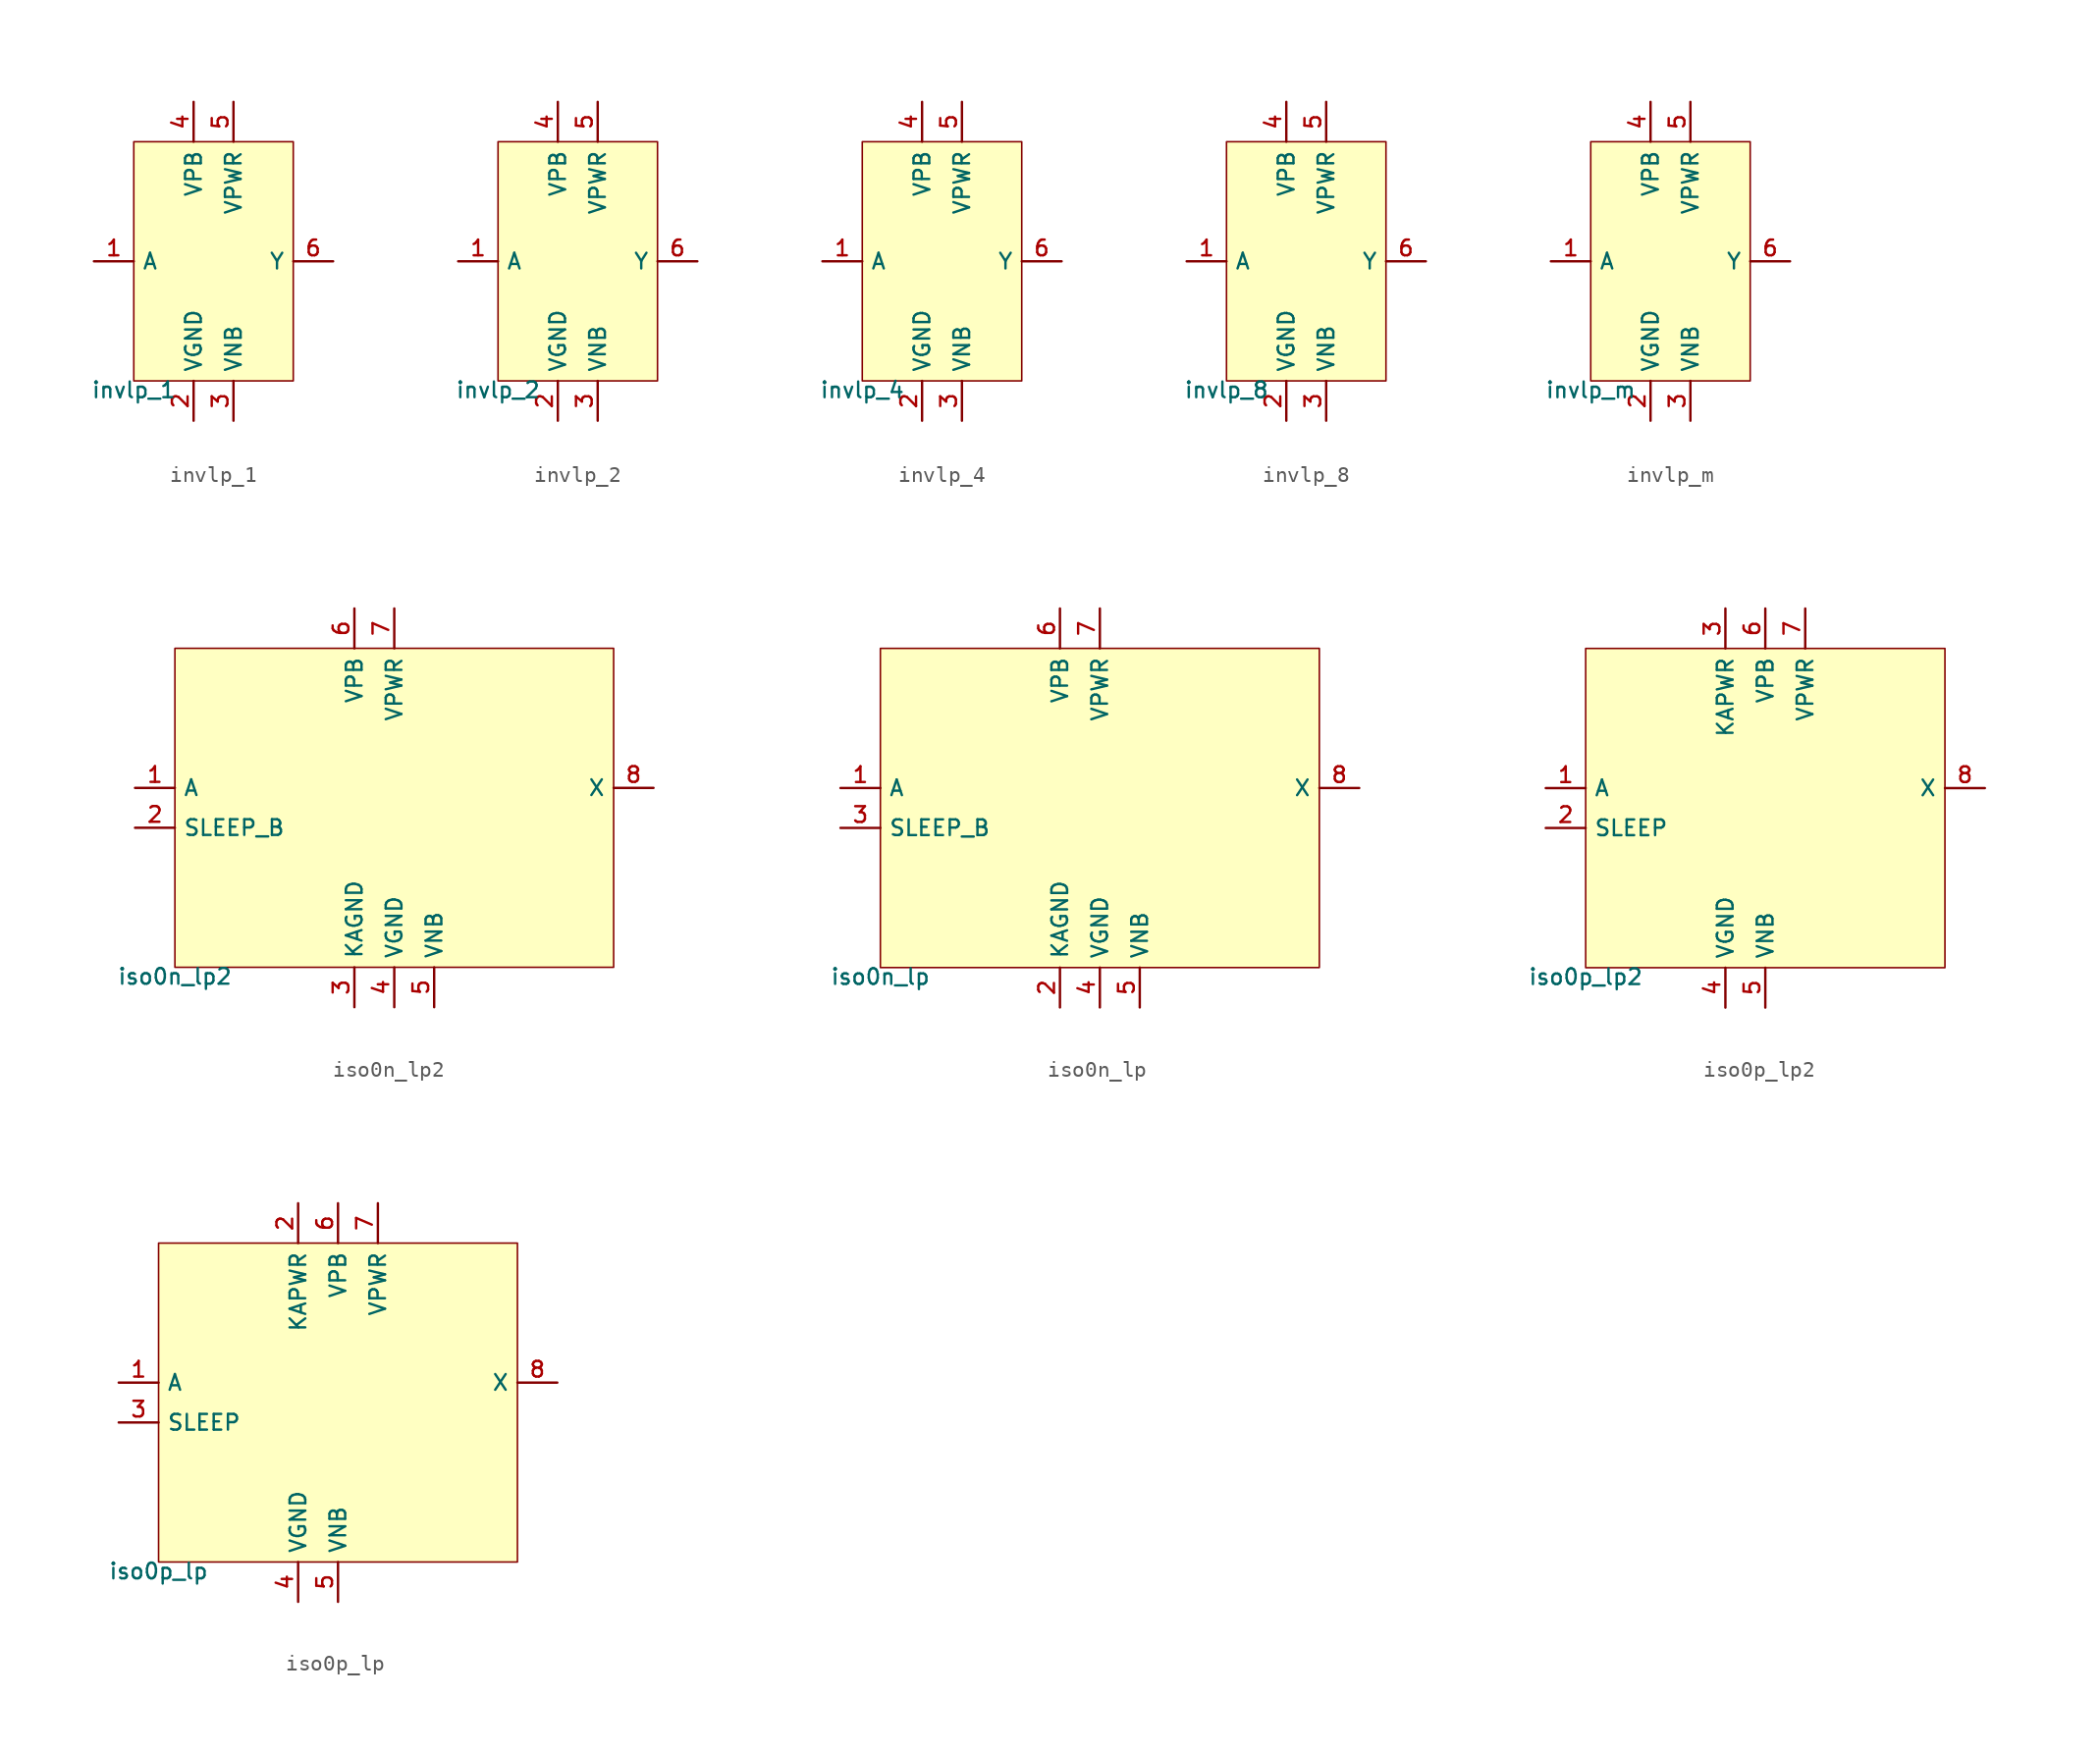
<source format=kicad_sym>
(kicad_symbol_lib
  (version 20211014)
  (generator pdk2kicad)
  (symbol "invlp_1"
    (property "Reference" "X"
      (at 0 0 0)
      (effects (font (size 1 1)) hide))
    (property "Value" "invlp_1"
      (at -5.08 -7.62 0)
      (effects (font (size 1 1)) (justify top)))
    (rectangle
      (start -5.08 -7.62)
      (end 5.08 7.62)
      (stroke (width 0.1) (type solid) (color 0 0 0 0))
      (fill (type background)))
    (pin input line
      (at -7.62 0.0 0)
      (length 2.54)
      (name "A" (effects (font (size 1 1)) hide))
      (number "1" (effects (font (size 1 1)) hide)))
    (pin power_in line
      (at -1.27 -10.16 90)
      (length 2.54)
      (name "VGND" (effects (font (size 1 1)) hide))
      (number "2" (effects (font (size 1 1)) hide)))
    (pin power_in line
      (at 1.27 -10.16 90)
      (length 2.54)
      (name "VNB" (effects (font (size 1 1)) hide))
      (number "3" (effects (font (size 1 1)) hide)))
    (pin power_in line
      (at -1.27 10.16 270)
      (length 2.54)
      (name "VPB" (effects (font (size 1 1)) hide))
      (number "4" (effects (font (size 1 1)) hide)))
    (pin power_in line
      (at 1.27 10.16 270)
      (length 2.54)
      (name "VPWR" (effects (font (size 1 1)) hide))
      (number "5" (effects (font (size 1 1)) hide)))
    (pin output line
      (at 7.62 0.0 180)
      (length 2.54)
      (name "Y" (effects (font (size 1 1)) hide))
      (number "6" (effects (font (size 1 1)) hide))))
  (symbol "invlp_2"
    (property "Reference" "X"
      (at 0 0 0)
      (effects (font (size 1 1)) hide))
    (property "Value" "invlp_2"
      (at -5.08 -7.62 0)
      (effects (font (size 1 1)) (justify top)))
    (rectangle
      (start -5.08 -7.62)
      (end 5.08 7.62)
      (stroke (width 0.1) (type solid) (color 0 0 0 0))
      (fill (type background)))
    (pin input line
      (at -7.62 0.0 0)
      (length 2.54)
      (name "A" (effects (font (size 1 1)) hide))
      (number "1" (effects (font (size 1 1)) hide)))
    (pin power_in line
      (at -1.27 -10.16 90)
      (length 2.54)
      (name "VGND" (effects (font (size 1 1)) hide))
      (number "2" (effects (font (size 1 1)) hide)))
    (pin power_in line
      (at 1.27 -10.16 90)
      (length 2.54)
      (name "VNB" (effects (font (size 1 1)) hide))
      (number "3" (effects (font (size 1 1)) hide)))
    (pin power_in line
      (at -1.27 10.16 270)
      (length 2.54)
      (name "VPB" (effects (font (size 1 1)) hide))
      (number "4" (effects (font (size 1 1)) hide)))
    (pin power_in line
      (at 1.27 10.16 270)
      (length 2.54)
      (name "VPWR" (effects (font (size 1 1)) hide))
      (number "5" (effects (font (size 1 1)) hide)))
    (pin output line
      (at 7.62 0.0 180)
      (length 2.54)
      (name "Y" (effects (font (size 1 1)) hide))
      (number "6" (effects (font (size 1 1)) hide))))
  (symbol "invlp_4"
    (property "Reference" "X"
      (at 0 0 0)
      (effects (font (size 1 1)) hide))
    (property "Value" "invlp_4"
      (at -5.08 -7.62 0)
      (effects (font (size 1 1)) (justify top)))
    (rectangle
      (start -5.08 -7.62)
      (end 5.08 7.62)
      (stroke (width 0.1) (type solid) (color 0 0 0 0))
      (fill (type background)))
    (pin input line
      (at -7.62 0.0 0)
      (length 2.54)
      (name "A" (effects (font (size 1 1)) hide))
      (number "1" (effects (font (size 1 1)) hide)))
    (pin power_in line
      (at -1.27 -10.16 90)
      (length 2.54)
      (name "VGND" (effects (font (size 1 1)) hide))
      (number "2" (effects (font (size 1 1)) hide)))
    (pin power_in line
      (at 1.27 -10.16 90)
      (length 2.54)
      (name "VNB" (effects (font (size 1 1)) hide))
      (number "3" (effects (font (size 1 1)) hide)))
    (pin power_in line
      (at -1.27 10.16 270)
      (length 2.54)
      (name "VPB" (effects (font (size 1 1)) hide))
      (number "4" (effects (font (size 1 1)) hide)))
    (pin power_in line
      (at 1.27 10.16 270)
      (length 2.54)
      (name "VPWR" (effects (font (size 1 1)) hide))
      (number "5" (effects (font (size 1 1)) hide)))
    (pin output line
      (at 7.62 0.0 180)
      (length 2.54)
      (name "Y" (effects (font (size 1 1)) hide))
      (number "6" (effects (font (size 1 1)) hide))))
  (symbol "invlp_8"
    (property "Reference" "X"
      (at 0 0 0)
      (effects (font (size 1 1)) hide))
    (property "Value" "invlp_8"
      (at -5.08 -7.62 0)
      (effects (font (size 1 1)) (justify top)))
    (rectangle
      (start -5.08 -7.62)
      (end 5.08 7.62)
      (stroke (width 0.1) (type solid) (color 0 0 0 0))
      (fill (type background)))
    (pin input line
      (at -7.62 0.0 0)
      (length 2.54)
      (name "A" (effects (font (size 1 1)) hide))
      (number "1" (effects (font (size 1 1)) hide)))
    (pin power_in line
      (at -1.27 -10.16 90)
      (length 2.54)
      (name "VGND" (effects (font (size 1 1)) hide))
      (number "2" (effects (font (size 1 1)) hide)))
    (pin power_in line
      (at 1.27 -10.16 90)
      (length 2.54)
      (name "VNB" (effects (font (size 1 1)) hide))
      (number "3" (effects (font (size 1 1)) hide)))
    (pin power_in line
      (at -1.27 10.16 270)
      (length 2.54)
      (name "VPB" (effects (font (size 1 1)) hide))
      (number "4" (effects (font (size 1 1)) hide)))
    (pin power_in line
      (at 1.27 10.16 270)
      (length 2.54)
      (name "VPWR" (effects (font (size 1 1)) hide))
      (number "5" (effects (font (size 1 1)) hide)))
    (pin output line
      (at 7.62 0.0 180)
      (length 2.54)
      (name "Y" (effects (font (size 1 1)) hide))
      (number "6" (effects (font (size 1 1)) hide))))
  (symbol "invlp_m"
    (property "Reference" "X"
      (at 0 0 0)
      (effects (font (size 1 1)) hide))
    (property "Value" "invlp_m"
      (at -5.08 -7.62 0)
      (effects (font (size 1 1)) (justify top)))
    (rectangle
      (start -5.08 -7.62)
      (end 5.08 7.62)
      (stroke (width 0.1) (type solid) (color 0 0 0 0))
      (fill (type background)))
    (pin input line
      (at -7.62 0.0 0)
      (length 2.54)
      (name "A" (effects (font (size 1 1)) hide))
      (number "1" (effects (font (size 1 1)) hide)))
    (pin power_in line
      (at -1.27 -10.16 90)
      (length 2.54)
      (name "VGND" (effects (font (size 1 1)) hide))
      (number "2" (effects (font (size 1 1)) hide)))
    (pin power_in line
      (at 1.27 -10.16 90)
      (length 2.54)
      (name "VNB" (effects (font (size 1 1)) hide))
      (number "3" (effects (font (size 1 1)) hide)))
    (pin power_in line
      (at -1.27 10.16 270)
      (length 2.54)
      (name "VPB" (effects (font (size 1 1)) hide))
      (number "4" (effects (font (size 1 1)) hide)))
    (pin power_in line
      (at 1.27 10.16 270)
      (length 2.54)
      (name "VPWR" (effects (font (size 1 1)) hide))
      (number "5" (effects (font (size 1 1)) hide)))
    (pin output line
      (at 7.62 0.0 180)
      (length 2.54)
      (name "Y" (effects (font (size 1 1)) hide))
      (number "6" (effects (font (size 1 1)) hide))))
  (symbol "iso0n_lp2"
    (property "Reference" "X"
      (at 0 0 0)
      (effects (font (size 1 1)) hide))
    (property "Value" "iso0n_lp2"
      (at -13.97 -10.16 0)
      (effects (font (size 1 1)) (justify top)))
    (rectangle
      (start -13.97 -10.16)
      (end 13.97 10.16)
      (stroke (width 0.1) (type solid) (color 0 0 0 0))
      (fill (type background)))
    (pin input line
      (at -16.51 1.27 0)
      (length 2.54)
      (name "A" (effects (font (size 1 1)) hide))
      (number "1" (effects (font (size 1 1)) hide)))
    (pin input line
      (at -16.51 -1.27 0)
      (length 2.54)
      (name "SLEEP_B" (effects (font (size 1 1)) hide))
      (number "2" (effects (font (size 1 1)) hide)))
    (pin power_in line
      (at -2.54 -12.7 90)
      (length 2.54)
      (name "KAGND" (effects (font (size 1 1)) hide))
      (number "3" (effects (font (size 1 1)) hide)))
    (pin power_in line
      (at 0.0 -12.7 90)
      (length 2.54)
      (name "VGND" (effects (font (size 1 1)) hide))
      (number "4" (effects (font (size 1 1)) hide)))
    (pin power_in line
      (at 2.54 -12.7 90)
      (length 2.54)
      (name "VNB" (effects (font (size 1 1)) hide))
      (number "5" (effects (font (size 1 1)) hide)))
    (pin power_in line
      (at -2.54 12.7 270)
      (length 2.54)
      (name "VPB" (effects (font (size 1 1)) hide))
      (number "6" (effects (font (size 1 1)) hide)))
    (pin power_in line
      (at 0.0 12.7 270)
      (length 2.54)
      (name "VPWR" (effects (font (size 1 1)) hide))
      (number "7" (effects (font (size 1 1)) hide)))
    (pin output line
      (at 16.51 1.27 180)
      (length 2.54)
      (name "X" (effects (font (size 1 1)) hide))
      (number "8" (effects (font (size 1 1)) hide))))
  (symbol "iso0n_lp"
    (property "Reference" "X"
      (at 0 0 0)
      (effects (font (size 1 1)) hide))
    (property "Value" "iso0n_lp"
      (at -13.97 -10.16 0)
      (effects (font (size 1 1)) (justify top)))
    (rectangle
      (start -13.97 -10.16)
      (end 13.97 10.16)
      (stroke (width 0.1) (type solid) (color 0 0 0 0))
      (fill (type background)))
    (pin input line
      (at -16.51 1.27 0)
      (length 2.54)
      (name "A" (effects (font (size 1 1)) hide))
      (number "1" (effects (font (size 1 1)) hide)))
    (pin power_in line
      (at -2.54 -12.7 90)
      (length 2.54)
      (name "KAGND" (effects (font (size 1 1)) hide))
      (number "2" (effects (font (size 1 1)) hide)))
    (pin input line
      (at -16.51 -1.27 0)
      (length 2.54)
      (name "SLEEP_B" (effects (font (size 1 1)) hide))
      (number "3" (effects (font (size 1 1)) hide)))
    (pin power_in line
      (at 0.0 -12.7 90)
      (length 2.54)
      (name "VGND" (effects (font (size 1 1)) hide))
      (number "4" (effects (font (size 1 1)) hide)))
    (pin power_in line
      (at 2.54 -12.7 90)
      (length 2.54)
      (name "VNB" (effects (font (size 1 1)) hide))
      (number "5" (effects (font (size 1 1)) hide)))
    (pin power_in line
      (at -2.54 12.7 270)
      (length 2.54)
      (name "VPB" (effects (font (size 1 1)) hide))
      (number "6" (effects (font (size 1 1)) hide)))
    (pin power_in line
      (at 0.0 12.7 270)
      (length 2.54)
      (name "VPWR" (effects (font (size 1 1)) hide))
      (number "7" (effects (font (size 1 1)) hide)))
    (pin output line
      (at 16.51 1.27 180)
      (length 2.54)
      (name "X" (effects (font (size 1 1)) hide))
      (number "8" (effects (font (size 1 1)) hide))))
  (symbol "iso0p_lp2"
    (property "Reference" "X"
      (at 0 0 0)
      (effects (font (size 1 1)) hide))
    (property "Value" "iso0p_lp2"
      (at -11.43 -10.16 0)
      (effects (font (size 1 1)) (justify top)))
    (rectangle
      (start -11.43 -10.16)
      (end 11.43 10.16)
      (stroke (width 0.1) (type solid) (color 0 0 0 0))
      (fill (type background)))
    (pin input line
      (at -13.97 1.27 0)
      (length 2.54)
      (name "A" (effects (font (size 1 1)) hide))
      (number "1" (effects (font (size 1 1)) hide)))
    (pin input line
      (at -13.97 -1.27 0)
      (length 2.54)
      (name "SLEEP" (effects (font (size 1 1)) hide))
      (number "2" (effects (font (size 1 1)) hide)))
    (pin power_in line
      (at -2.54 12.7 270)
      (length 2.54)
      (name "KAPWR" (effects (font (size 1 1)) hide))
      (number "3" (effects (font (size 1 1)) hide)))
    (pin power_in line
      (at -2.54 -12.7 90)
      (length 2.54)
      (name "VGND" (effects (font (size 1 1)) hide))
      (number "4" (effects (font (size 1 1)) hide)))
    (pin power_in line
      (at 0.0 -12.7 90)
      (length 2.54)
      (name "VNB" (effects (font (size 1 1)) hide))
      (number "5" (effects (font (size 1 1)) hide)))
    (pin power_in line
      (at 0.0 12.7 270)
      (length 2.54)
      (name "VPB" (effects (font (size 1 1)) hide))
      (number "6" (effects (font (size 1 1)) hide)))
    (pin power_in line
      (at 2.54 12.7 270)
      (length 2.54)
      (name "VPWR" (effects (font (size 1 1)) hide))
      (number "7" (effects (font (size 1 1)) hide)))
    (pin output line
      (at 13.97 1.27 180)
      (length 2.54)
      (name "X" (effects (font (size 1 1)) hide))
      (number "8" (effects (font (size 1 1)) hide))))
  (symbol "iso0p_lp"
    (property "Reference" "X"
      (at 0 0 0)
      (effects (font (size 1 1)) hide))
    (property "Value" "iso0p_lp"
      (at -11.43 -10.16 0)
      (effects (font (size 1 1)) (justify top)))
    (rectangle
      (start -11.43 -10.16)
      (end 11.43 10.16)
      (stroke (width 0.1) (type solid) (color 0 0 0 0))
      (fill (type background)))
    (pin input line
      (at -13.97 1.27 0)
      (length 2.54)
      (name "A" (effects (font (size 1 1)) hide))
      (number "1" (effects (font (size 1 1)) hide)))
    (pin power_in line
      (at -2.54 12.7 270)
      (length 2.54)
      (name "KAPWR" (effects (font (size 1 1)) hide))
      (number "2" (effects (font (size 1 1)) hide)))
    (pin input line
      (at -13.97 -1.27 0)
      (length 2.54)
      (name "SLEEP" (effects (font (size 1 1)) hide))
      (number "3" (effects (font (size 1 1)) hide)))
    (pin power_in line
      (at -2.54 -12.7 90)
      (length 2.54)
      (name "VGND" (effects (font (size 1 1)) hide))
      (number "4" (effects (font (size 1 1)) hide)))
    (pin power_in line
      (at 0.0 -12.7 90)
      (length 2.54)
      (name "VNB" (effects (font (size 1 1)) hide))
      (number "5" (effects (font (size 1 1)) hide)))
    (pin power_in line
      (at 0.0 12.7 270)
      (length 2.54)
      (name "VPB" (effects (font (size 1 1)) hide))
      (number "6" (effects (font (size 1 1)) hide)))
    (pin power_in line
      (at 2.54 12.7 270)
      (length 2.54)
      (name "VPWR" (effects (font (size 1 1)) hide))
      (number "7" (effects (font (size 1 1)) hide)))
    (pin output line
      (at 13.97 1.27 180)
      (length 2.54)
      (name "X" (effects (font (size 1 1)) hide))
      (number "8" (effects (font (size 1 1)) hide)))))
</source>
